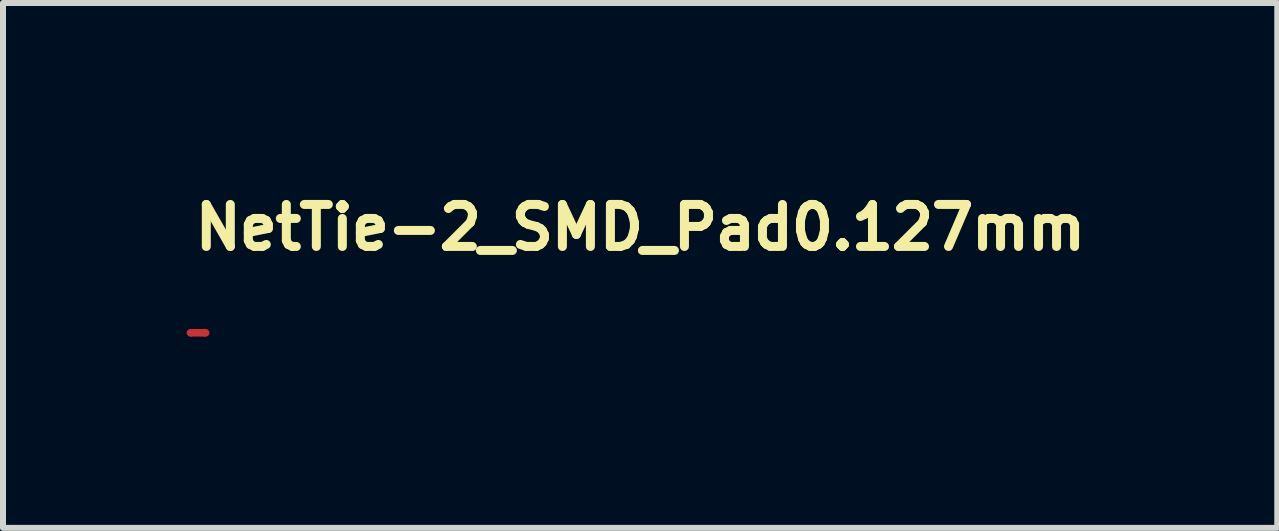
<source format=kicad_pcb>
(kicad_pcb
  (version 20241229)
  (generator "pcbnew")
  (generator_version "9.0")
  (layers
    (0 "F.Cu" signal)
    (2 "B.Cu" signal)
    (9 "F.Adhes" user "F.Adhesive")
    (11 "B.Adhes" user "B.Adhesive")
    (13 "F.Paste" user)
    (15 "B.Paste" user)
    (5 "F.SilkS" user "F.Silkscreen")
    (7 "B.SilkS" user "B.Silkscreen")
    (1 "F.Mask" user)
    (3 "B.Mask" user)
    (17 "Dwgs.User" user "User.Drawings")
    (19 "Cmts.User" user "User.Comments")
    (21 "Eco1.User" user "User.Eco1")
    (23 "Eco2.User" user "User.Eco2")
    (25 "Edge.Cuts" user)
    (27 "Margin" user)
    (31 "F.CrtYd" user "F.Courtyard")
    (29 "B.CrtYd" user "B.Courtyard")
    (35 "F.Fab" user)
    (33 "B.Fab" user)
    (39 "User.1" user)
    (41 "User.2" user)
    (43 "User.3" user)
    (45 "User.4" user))
  (footprint "NetTie-2_SMD_Pad0.127mm"
    (layer "F.Cu")
    (at 0.25 2.495)
    (property "Reference" "NetTie-2_SMD_Pad0.127mm" (at -0.128 -1.345 0) (layer "F.SilkS") (effects (font (size 0.7 0.7) (thickness 0.15)) (justify left bottom)))
    (attr through_hole exclude_from_pos_files exclude_from_bom)
    (fp_poly (pts (xy -0.127 -0.064) (xy 0.126 -0.064) (xy 0.126 0.063) (xy -0.127 0.063)) (stroke (width 0) (type solid)) (fill yes) (layer "F.Cu"))
    (pad "1" smd circle (at -0.127 0) (size 0.127 0.127) (layers "F.Cu"))
    (pad "2" smd circle (at 0.126 0) (size 0.127 0.127) (layers "F.Cu")))
  (gr_rect
    (start -3 -3)
    (end 18.232 5.745)
    (stroke (width 0.1) (type default))
    (fill no)
    (layer "Edge.Cuts")))
</source>
